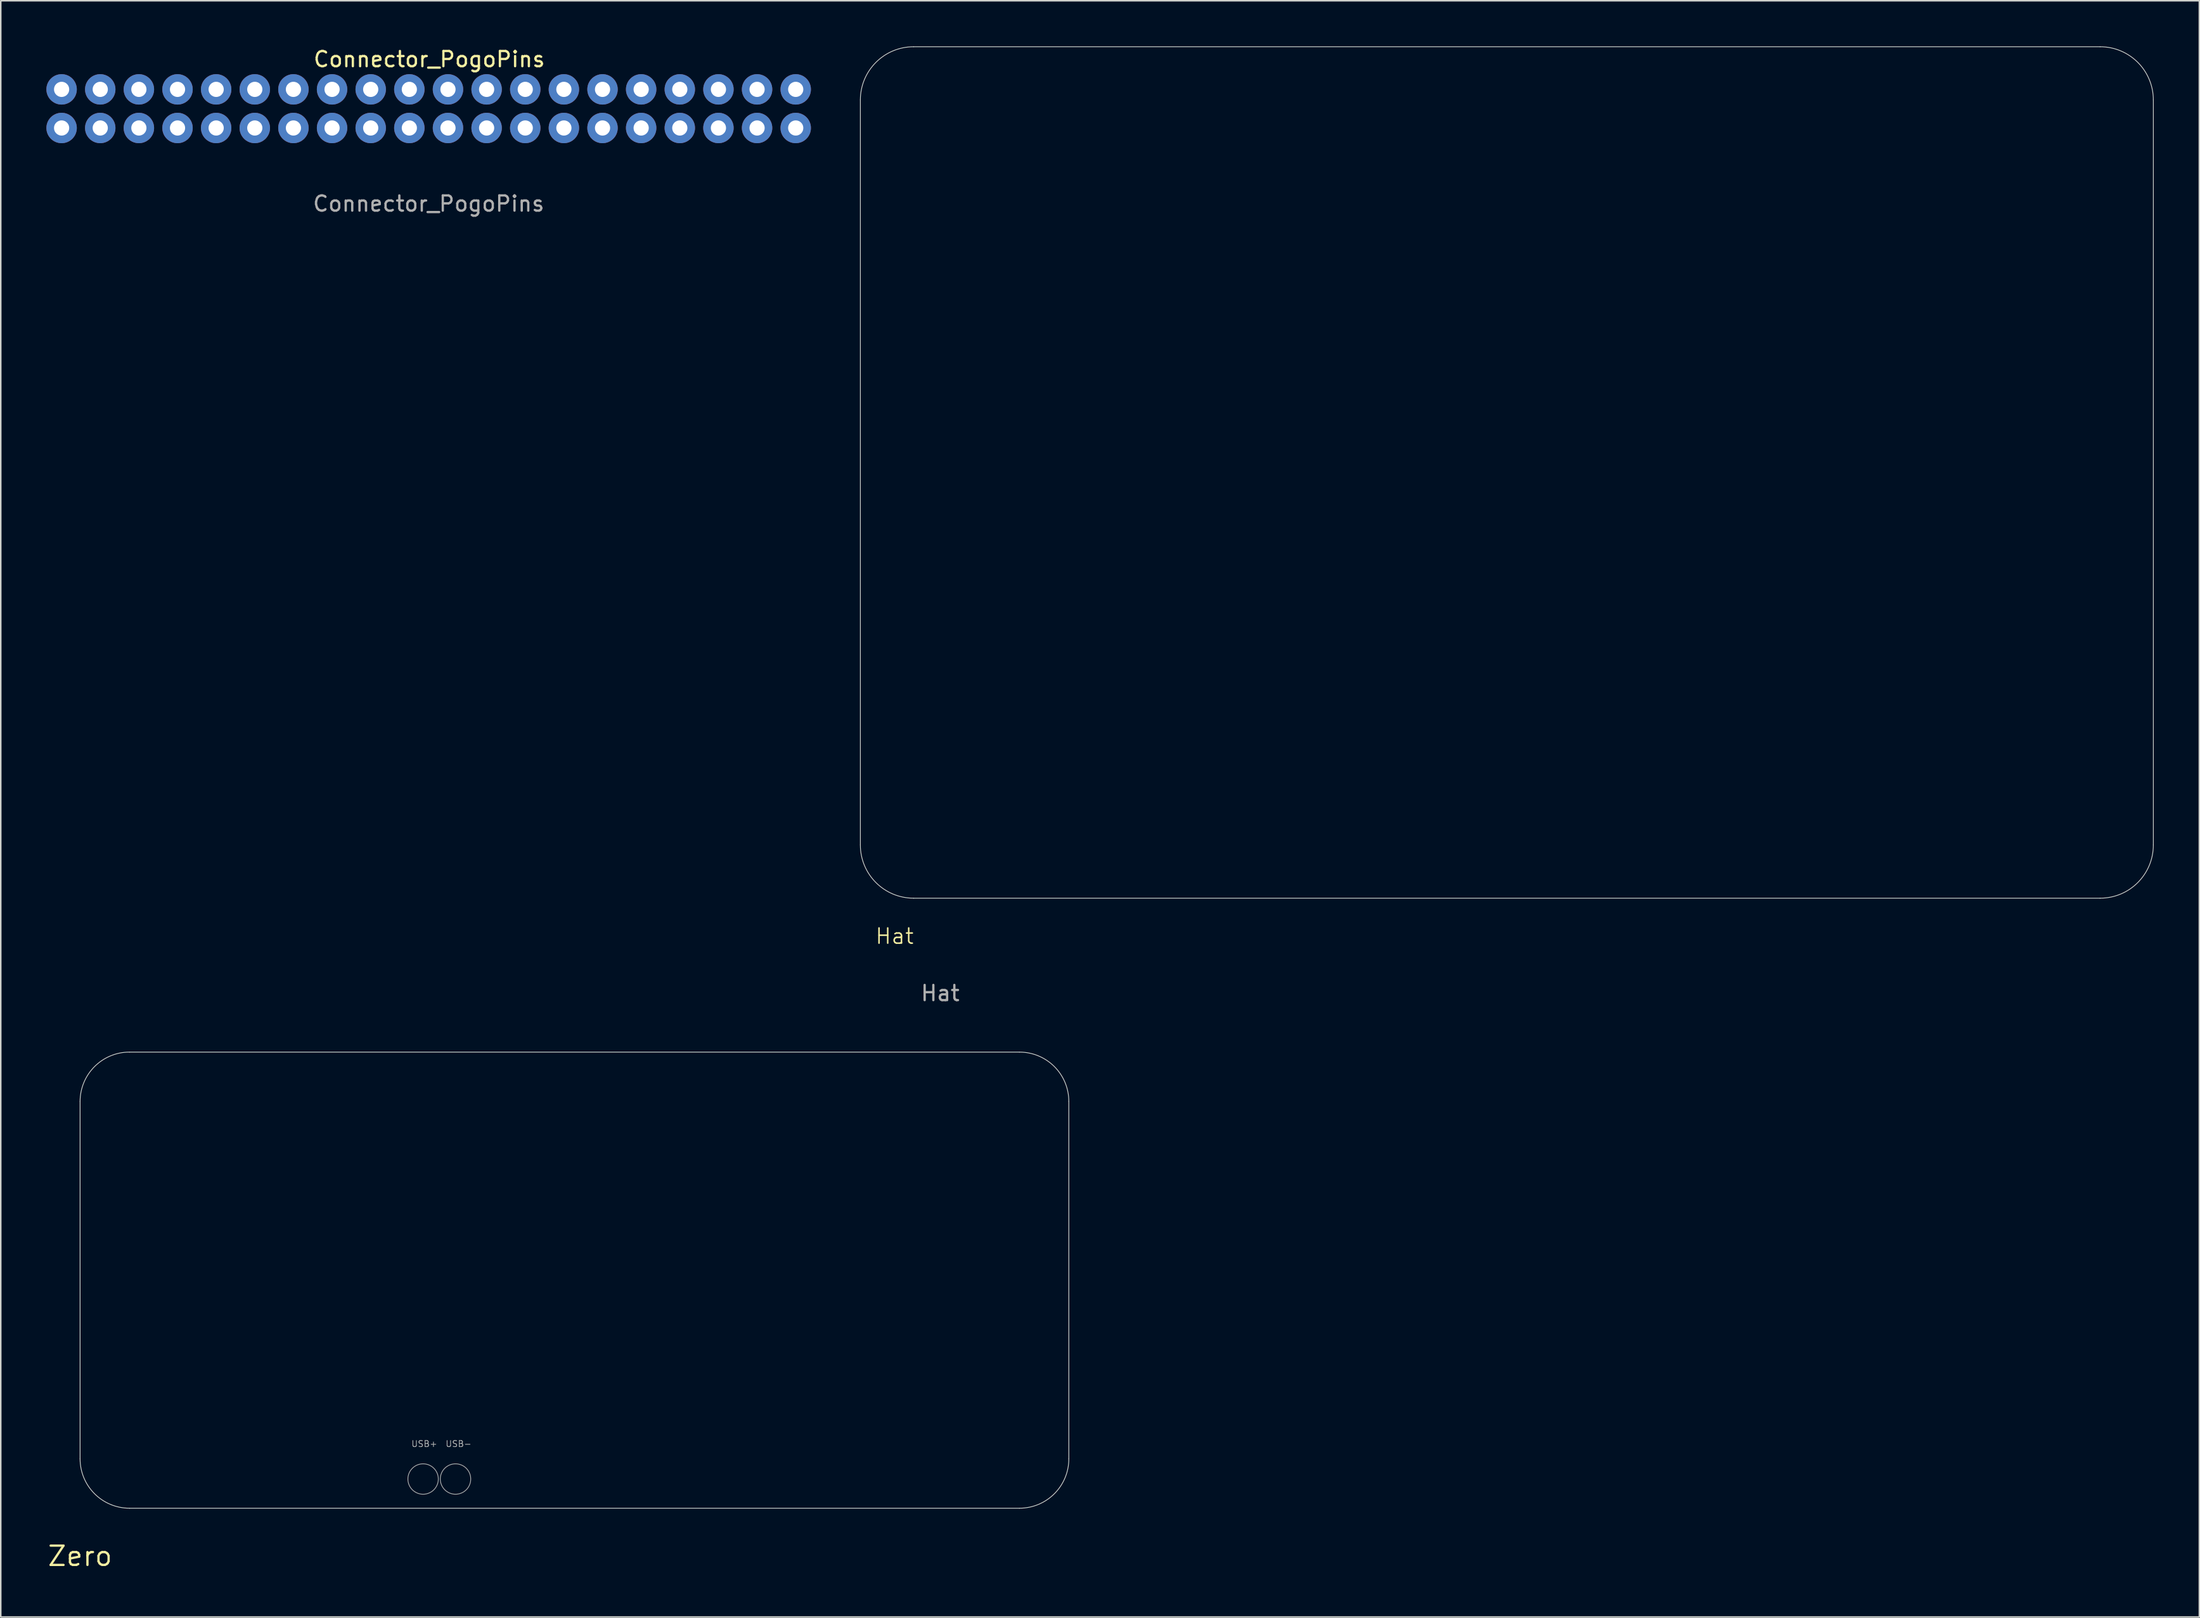
<source format=kicad_pcb>
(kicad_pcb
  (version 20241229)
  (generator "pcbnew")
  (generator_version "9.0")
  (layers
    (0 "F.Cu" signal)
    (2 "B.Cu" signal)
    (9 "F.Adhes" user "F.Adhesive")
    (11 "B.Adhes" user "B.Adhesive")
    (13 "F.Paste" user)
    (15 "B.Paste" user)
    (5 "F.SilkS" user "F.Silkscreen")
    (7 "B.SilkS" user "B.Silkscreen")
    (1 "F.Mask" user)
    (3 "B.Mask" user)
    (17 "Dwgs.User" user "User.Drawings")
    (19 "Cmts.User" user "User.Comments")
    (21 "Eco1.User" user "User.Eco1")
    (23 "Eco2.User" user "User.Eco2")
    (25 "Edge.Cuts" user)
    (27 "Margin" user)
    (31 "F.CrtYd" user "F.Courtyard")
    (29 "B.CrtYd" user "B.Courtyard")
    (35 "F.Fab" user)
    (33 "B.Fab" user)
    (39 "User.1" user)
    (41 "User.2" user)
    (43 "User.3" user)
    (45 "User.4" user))
  (footprint "Connector_PogoPins"
    (layer "F.Cu")
    (at 25.13 4.098)
    (property "Reference" "Connector_PogoPins" (at 0.04 -3.25 180) (layer "F.SilkS") (effects (font (size 1 1) (thickness 0.15))))
    (attr through_hole allow_missing_courtyard)
    (fp_text user "${REFERENCE}" (at 0 6.25 180) (layer "F.Fab") (effects (font (size 1 1) (thickness 0.15))))
    (pad "1" thru_hole circle (at -24.13 1.27 90) (size 2 2) (drill 1) (layers "*.Cu" "*.Mask") (remove_unused_layers yes) (keep_end_layers yes) (zone_layer_connections))
    (pad "2" thru_hole circle (at -24.13 -1.27 90) (size 2 2) (drill 1) (layers "*.Cu" "*.Mask") (remove_unused_layers yes) (keep_end_layers yes) (zone_layer_connections))
    (pad "3" thru_hole circle (at -21.59 1.27 90) (size 2 2) (drill 1) (layers "*.Cu" "*.Mask") (remove_unused_layers yes) (keep_end_layers yes) (zone_layer_connections))
    (pad "4" thru_hole circle (at -21.59 -1.27 90) (size 2 2) (drill 1) (layers "*.Cu" "*.Mask") (remove_unused_layers yes) (keep_end_layers yes) (zone_layer_connections))
    (pad "5" thru_hole circle (at -19.05 1.27 90) (size 2 2) (drill 1) (layers "*.Cu" "*.Mask") (remove_unused_layers yes) (keep_end_layers yes) (zone_layer_connections))
    (pad "6" thru_hole circle (at -19.05 -1.27 90) (size 2 2) (drill 1) (layers "*.Cu" "*.Mask") (remove_unused_layers yes) (keep_end_layers yes) (zone_layer_connections))
    (pad "7" thru_hole circle (at -16.51 1.27 90) (size 2 2) (drill 1) (layers "*.Cu" "*.Mask") (remove_unused_layers yes) (keep_end_layers yes) (zone_layer_connections))
    (pad "8" thru_hole circle (at -16.51 -1.27 90) (size 2 2) (drill 1) (layers "*.Cu" "*.Mask") (remove_unused_layers yes) (keep_end_layers yes) (zone_layer_connections))
    (pad "9" thru_hole circle (at -13.97 1.27 90) (size 2 2) (drill 1) (layers "*.Cu" "*.Mask") (remove_unused_layers yes) (keep_end_layers yes) (zone_layer_connections))
    (pad "10" thru_hole circle (at -13.97 -1.27 90) (size 2 2) (drill 1) (layers "*.Cu" "*.Mask") (remove_unused_layers yes) (keep_end_layers yes) (zone_layer_connections))
    (pad "11" thru_hole circle (at -11.43 1.27 90) (size 2 2) (drill 1) (layers "*.Cu" "*.Mask") (remove_unused_layers yes) (keep_end_layers yes) (zone_layer_connections))
    (pad "12" thru_hole circle (at -11.43 -1.27 90) (size 2 2) (drill 1) (layers "*.Cu" "*.Mask") (remove_unused_layers yes) (keep_end_layers yes) (zone_layer_connections))
    (pad "13" thru_hole circle (at -8.89 1.27 90) (size 2 2) (drill 1) (layers "*.Cu" "*.Mask") (remove_unused_layers yes) (keep_end_layers yes) (zone_layer_connections))
    (pad "14" thru_hole circle (at -8.89 -1.27 90) (size 2 2) (drill 1) (layers "*.Cu" "*.Mask") (remove_unused_layers yes) (keep_end_layers yes) (zone_layer_connections))
    (pad "15" thru_hole circle (at -6.35 1.27 90) (size 2 2) (drill 1) (layers "*.Cu" "*.Mask") (remove_unused_layers yes) (keep_end_layers yes) (zone_layer_connections))
    (pad "16" thru_hole circle (at -6.35 -1.27 90) (size 2 2) (drill 1) (layers "*.Cu" "*.Mask") (remove_unused_layers yes) (keep_end_layers yes) (zone_layer_connections))
    (pad "17" thru_hole circle (at -3.81 1.27 90) (size 2 2) (drill 1) (layers "*.Cu" "*.Mask") (remove_unused_layers yes) (keep_end_layers yes) (zone_layer_connections))
    (pad "18" thru_hole circle (at -3.81 -1.27 90) (size 2 2) (drill 1) (layers "*.Cu" "*.Mask") (remove_unused_layers yes) (keep_end_layers yes) (zone_layer_connections))
    (pad "19" thru_hole circle (at -1.27 1.27 90) (size 2 2) (drill 1) (layers "*.Cu" "*.Mask") (remove_unused_layers yes) (keep_end_layers yes) (zone_layer_connections))
    (pad "20" thru_hole circle (at -1.27 -1.27 90) (size 2 2) (drill 1) (layers "*.Cu" "*.Mask") (remove_unused_layers yes) (keep_end_layers yes) (zone_layer_connections))
    (pad "21" thru_hole circle (at 1.27 1.27 90) (size 2 2) (drill 1) (layers "*.Cu" "*.Mask") (remove_unused_layers yes) (keep_end_layers yes) (zone_layer_connections))
    (pad "22" thru_hole circle (at 1.27 -1.27 90) (size 2 2) (drill 1) (layers "*.Cu" "*.Mask") (remove_unused_layers yes) (keep_end_layers yes) (zone_layer_connections))
    (pad "23" thru_hole circle (at 3.81 1.27 90) (size 2 2) (drill 1) (layers "*.Cu" "*.Mask") (remove_unused_layers yes) (keep_end_layers yes) (zone_layer_connections))
    (pad "24" thru_hole circle (at 3.81 -1.27 90) (size 2 2) (drill 1) (layers "*.Cu" "*.Mask") (remove_unused_layers yes) (keep_end_layers yes) (zone_layer_connections))
    (pad "25" thru_hole circle (at 6.35 1.27 90) (size 2 2) (drill 1) (layers "*.Cu" "*.Mask") (remove_unused_layers yes) (keep_end_layers yes) (zone_layer_connections))
    (pad "26" thru_hole circle (at 6.35 -1.27 90) (size 2 2) (drill 1) (layers "*.Cu" "*.Mask") (remove_unused_layers yes) (keep_end_layers yes) (zone_layer_connections))
    (pad "27" thru_hole circle (at 8.89 1.27 90) (size 2 2) (drill 1) (layers "*.Cu" "*.Mask") (remove_unused_layers yes) (keep_end_layers yes) (zone_layer_connections))
    (pad "28" thru_hole circle (at 8.89 -1.27 90) (size 2 2) (drill 1) (layers "*.Cu" "*.Mask") (remove_unused_layers yes) (keep_end_layers yes) (zone_layer_connections))
    (pad "29" thru_hole circle (at 11.43 1.27 90) (size 2 2) (drill 1) (layers "*.Cu" "*.Mask") (remove_unused_layers yes) (keep_end_layers yes) (zone_layer_connections))
    (pad "30" thru_hole circle (at 11.43 -1.27 90) (size 2 2) (drill 1) (layers "*.Cu" "*.Mask") (remove_unused_layers yes) (keep_end_layers yes) (zone_layer_connections))
    (pad "31" thru_hole circle (at 13.97 1.27 90) (size 2 2) (drill 1) (layers "*.Cu" "*.Mask") (remove_unused_layers yes) (keep_end_layers yes) (zone_layer_connections))
    (pad "32" thru_hole circle (at 13.97 -1.27 90) (size 2 2) (drill 1) (layers "*.Cu" "*.Mask") (remove_unused_layers yes) (keep_end_layers yes) (zone_layer_connections))
    (pad "33" thru_hole circle (at 16.51 1.27 90) (size 2 2) (drill 1) (layers "*.Cu" "*.Mask") (remove_unused_layers yes) (keep_end_layers yes) (zone_layer_connections))
    (pad "34" thru_hole circle (at 16.51 -1.27 90) (size 2 2) (drill 1) (layers "*.Cu" "*.Mask") (remove_unused_layers yes) (keep_end_layers yes) (zone_layer_connections))
    (pad "35" thru_hole circle (at 19.05 1.27 90) (size 2 2) (drill 1) (layers "*.Cu" "*.Mask") (remove_unused_layers yes) (keep_end_layers yes) (zone_layer_connections))
    (pad "36" thru_hole circle (at 19.05 -1.27 90) (size 2 2) (drill 1) (layers "*.Cu" "*.Mask") (remove_unused_layers yes) (keep_end_layers yes) (zone_layer_connections))
    (pad "37" thru_hole circle (at 21.59 1.27 90) (size 2 2) (drill 1) (layers "*.Cu" "*.Mask") (remove_unused_layers yes) (keep_end_layers yes) (zone_layer_connections))
    (pad "38" thru_hole circle (at 21.59 -1.27 90) (size 2 2) (drill 1) (layers "*.Cu" "*.Mask") (remove_unused_layers yes) (keep_end_layers yes) (zone_layer_connections))
    (pad "39" thru_hole circle (at 24.13 1.27 90) (size 2 2) (drill 1) (layers "*.Cu" "*.Mask") (remove_unused_layers yes) (keep_end_layers yes) (zone_layer_connections))
    (pad "40" thru_hole circle (at 24.13 -1.27 90) (size 2 2) (drill 1) (layers "*.Cu" "*.Mask") (remove_unused_layers yes) (keep_end_layers yes) (zone_layer_connections)))
  (footprint "Zero"
    (layer "F.Cu")
    (at 2.215 96.148)
    (property "Reference" "Zero" (at 0 3.15 0) (layer "F.SilkS") (effects (font (size 1.27 1.27) (thickness 0.15))))
    (attr exclude_from_pos_files exclude_from_bom allow_missing_courtyard)
    (fp_line (start 0 -26.75) (end 0 -3.25) (stroke (width 0.05) (type solid)) (layer "Edge.Cuts"))
    (fp_line (start 3.25 -30) (end 61.75 -30) (stroke (width 0.05) (type solid)) (layer "Edge.Cuts"))
    (fp_line (start 3.25 0) (end 61.75 0) (stroke (width 0.05) (type solid)) (layer "Edge.Cuts"))
    (fp_line (start 65 -26.75) (end 65 -3.25) (stroke (width 0.05) (type solid)) (layer "Edge.Cuts"))
    (fp_arc (start 0 -26.75) (mid 0.951903 -29.048097) (end 3.25 -30) (stroke (width 0.05) (type solid)) (layer "Edge.Cuts"))
    (fp_arc (start 3.25 0) (mid 0.951903 -0.951903) (end 0 -3.25) (stroke (width 0.05) (type solid)) (layer "Edge.Cuts"))
    (fp_arc (start 61.75 -30) (mid 64.048097 -29.048097) (end 65 -26.75) (stroke (width 0.05) (type solid)) (layer "Edge.Cuts"))
    (fp_arc (start 65 -3.25) (mid 64.048097 -0.951903) (end 61.75 0) (stroke (width 0.05) (type solid)) (layer "Edge.Cuts"))
    (fp_circle (center 22.55 -1.92) (end 23.55 -1.92) (stroke (width 0.05) (type default)) (fill no) (layer "F.Fab"))
    (fp_circle (center 24.68 -1.92) (end 25.68 -1.92) (stroke (width 0.05) (type default)) (fill no) (layer "F.Fab"))
    (fp_text user "USB-" (at 24 -4 0) (unlocked yes) (layer "F.Fab") (effects (font (size 0.4 0.4) (thickness 0.05) (bold yes)) (justify left bottom)))
    (fp_text user "USB+" (at 21.75 -4 0) (unlocked yes) (layer "F.Fab") (effects (font (size 0.4 0.4) (thickness 0.05) (bold yes)) (justify left bottom))))
  (footprint "Hat"
    (layer "F.Cu")
    (at 53.51 56.025)
    (property "Reference" "Hat" (at 2.25 2.5 0) (unlocked yes) (layer "F.SilkS") (effects (font (size 1 1) (thickness 0.1))))
    (attr exclude_from_pos_files exclude_from_bom allow_missing_courtyard)
    (fp_line (start 0 -52.5) (end 0 -3.5) (stroke (width 0.05) (type solid)) (layer "Edge.Cuts"))
    (fp_line (start 3.5 -56) (end 81.5 -56) (stroke (width 0.05) (type solid)) (layer "Edge.Cuts"))
    (fp_line (start 3.5 0) (end 81.5 0) (stroke (width 0.05) (type solid)) (layer "Edge.Cuts"))
    (fp_line (start 85 -52.5) (end 85 -3.5) (stroke (width 0.05) (type solid)) (layer "Edge.Cuts"))
    (fp_arc (start 0 -52.5) (mid 1.025126 -54.974873) (end 3.5 -56) (stroke (width 0.05) (type solid)) (layer "Edge.Cuts"))
    (fp_arc (start 3.5 0) (mid 1.025127 -1.025126) (end 0 -3.5) (stroke (width 0.05) (type solid)) (layer "Edge.Cuts"))
    (fp_arc (start 81.5 -56) (mid 83.974873 -54.974874) (end 85 -52.5) (stroke (width 0.05) (type solid)) (layer "Edge.Cuts"))
    (fp_arc (start 85 -3.5) (mid 83.974874 -1.025127) (end 81.5 0) (stroke (width 0.05) (type solid)) (layer "Edge.Cuts"))
    (fp_text user "${REFERENCE}" (at 5.25 6.25 0) (unlocked yes) (layer "F.Fab") (effects (font (size 1 1) (thickness 0.15)))))
  (gr_rect
    (start -3 -3)
    (end 141.535 103.304)
    (stroke (width 0.1) (type default))
    (fill no)
    (layer "Edge.Cuts")))
</source>
